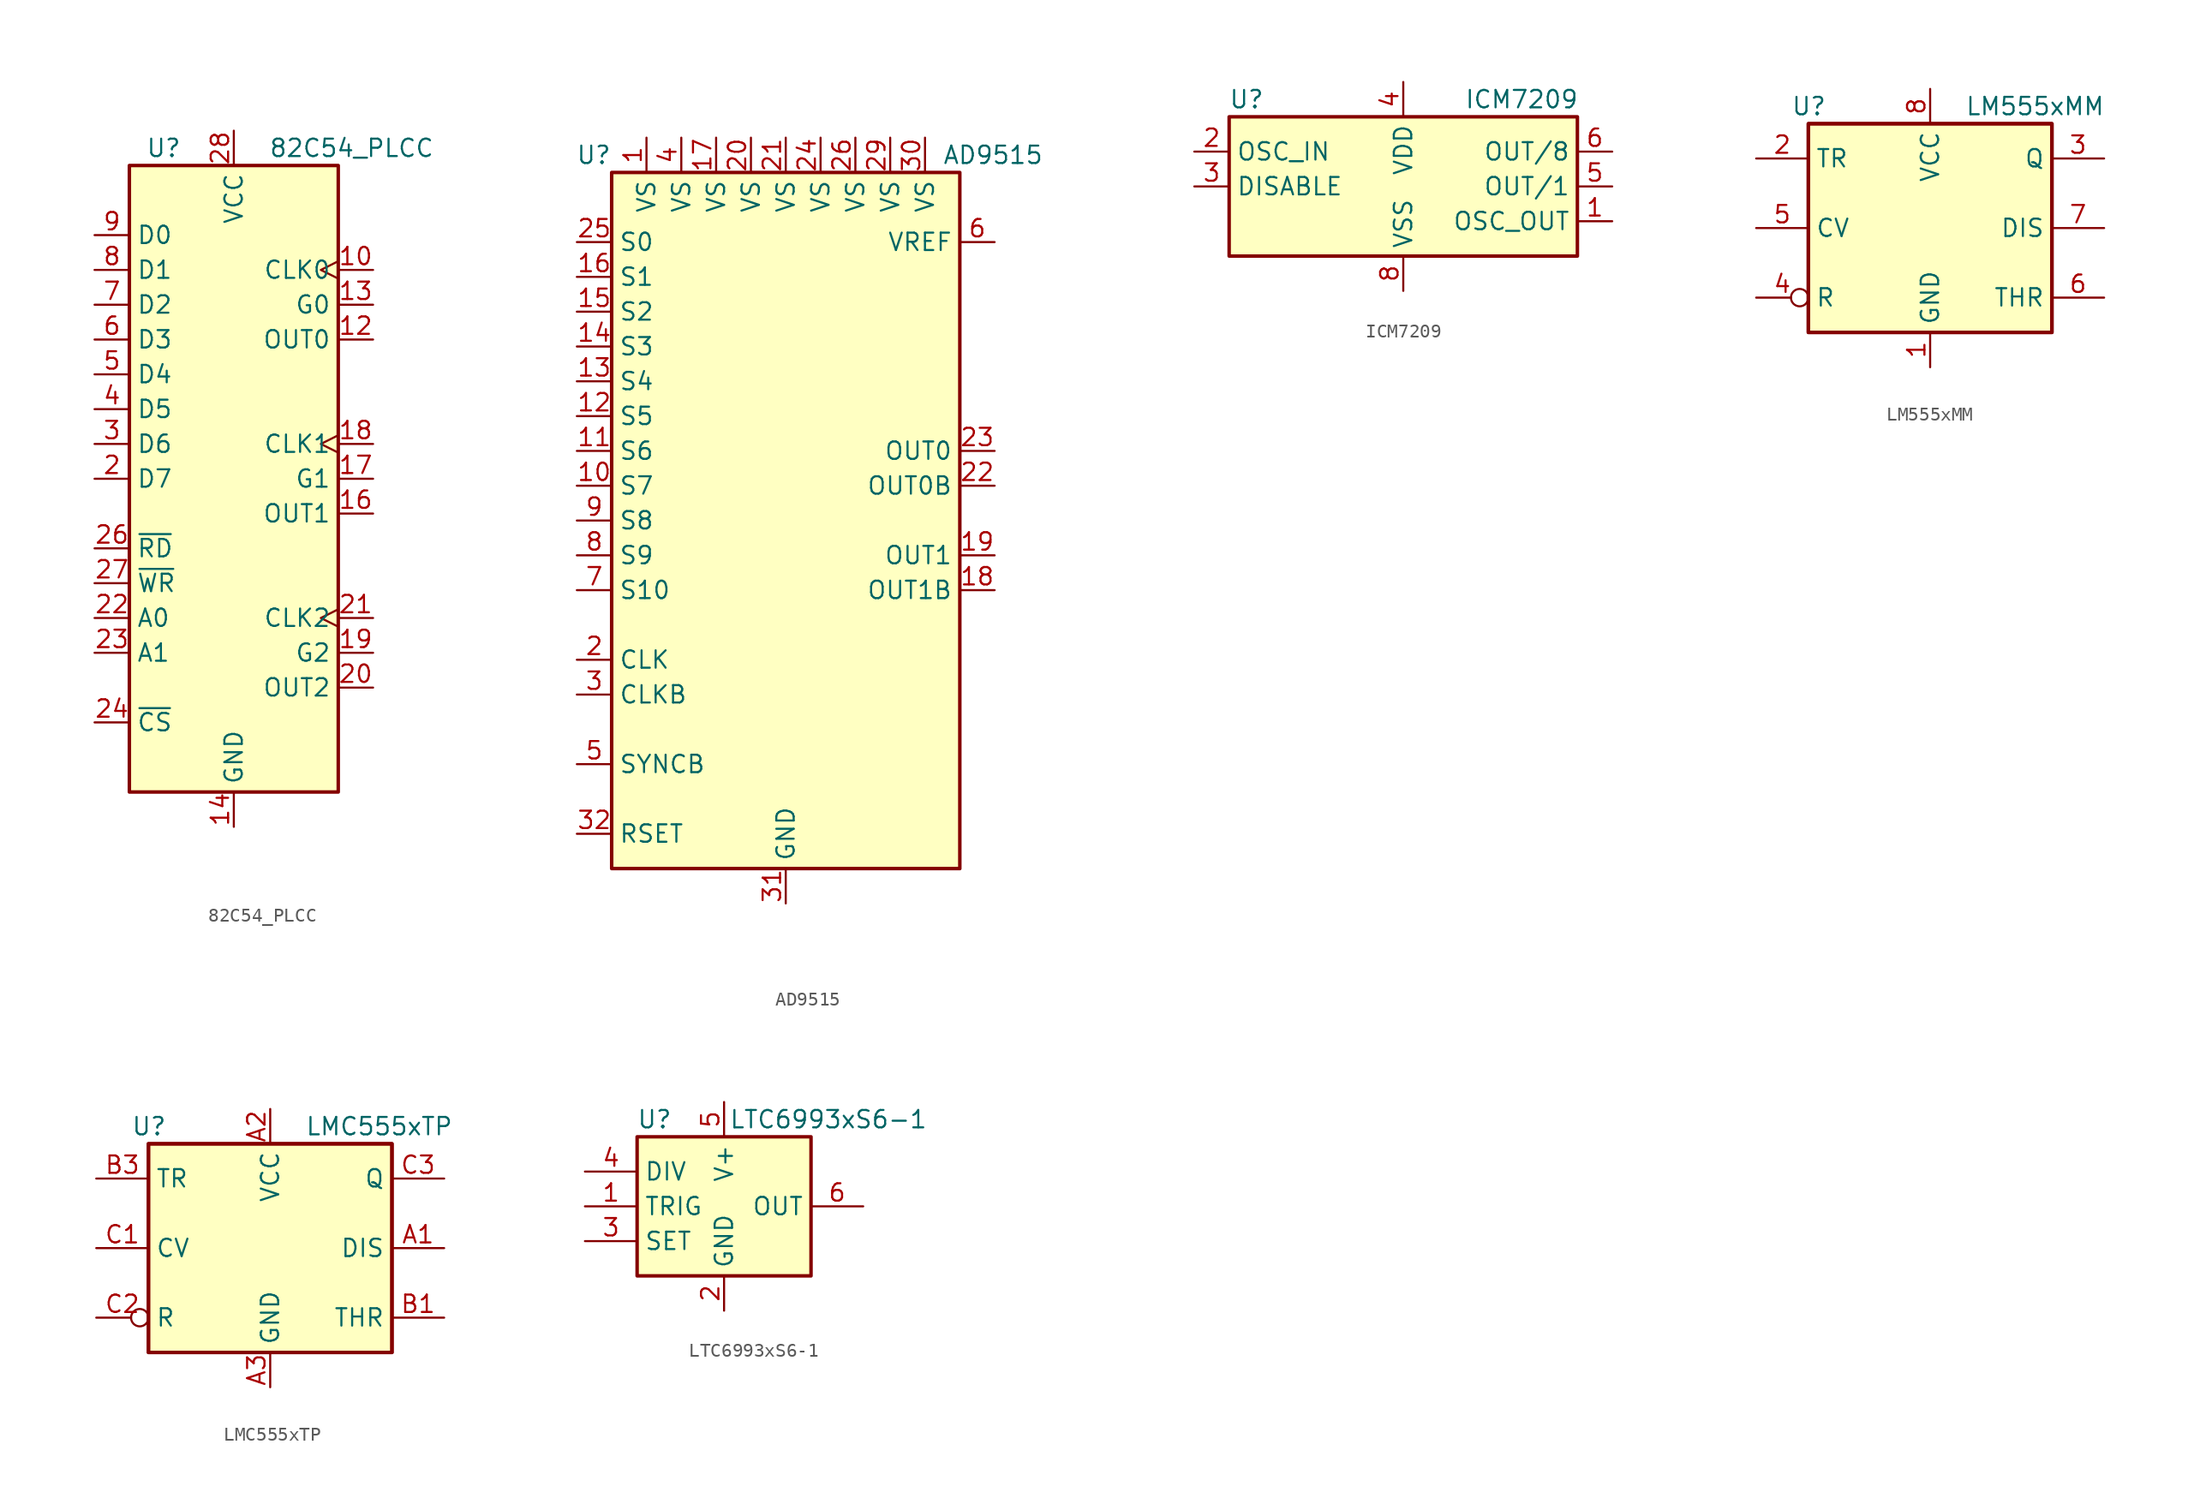
<source format=kicad_sym>
(kicad_symbol_lib
  (version 20220914)
  (generator kicad_symbol_editor)
  (symbol "82C54_PLCC"
    (property "Reference" "U"
      (at -3.81 24.13 0)
      (effects (font (size 1.27 1.27)) (justify right)))
    (property "Value" "82C54_PLCC"
      (at 2.54 24.13 0)
      (effects (font (size 1.27 1.27)) (justify left)))
    (symbol "82C54_PLCC_0_1"
      (rectangle (start -7.62 -22.86) (end 7.62 22.86) (stroke (width 0.254) (type default)) (fill (type background))))
    (symbol "82C54_PLCC_1_1"
      (pin no_connect line (at -5.08 -22.86 90) (length 2.54) hide (name "NC" (effects (font (size 1.27 1.27)))) (number "1" (effects (font (size 1.27 1.27)))))
      (pin input clock (at 10.16 15.24 180) (length 2.54) (name "CLK0" (effects (font (size 1.27 1.27)))) (number "10" (effects (font (size 1.27 1.27)))))
      (pin no_connect line (at -2.54 -22.86 90) (length 2.54) hide (name "NC" (effects (font (size 1.27 1.27)))) (number "11" (effects (font (size 1.27 1.27)))))
      (pin output line (at 10.16 10.16 180) (length 2.54) (name "OUT0" (effects (font (size 1.27 1.27)))) (number "12" (effects (font (size 1.27 1.27)))))
      (pin input line (at 10.16 12.7 180) (length 2.54) (name "G0" (effects (font (size 1.27 1.27)))) (number "13" (effects (font (size 1.27 1.27)))))
      (pin power_in line (at 0 -25.4 90) (length 2.54) (name "GND" (effects (font (size 1.27 1.27)))) (number "14" (effects (font (size 1.27 1.27)))))
      (pin no_connect line (at 2.54 -22.86 90) (length 2.54) hide (name "NC" (effects (font (size 1.27 1.27)))) (number "15" (effects (font (size 1.27 1.27)))))
      (pin output line (at 10.16 -2.54 180) (length 2.54) (name "OUT1" (effects (font (size 1.27 1.27)))) (number "16" (effects (font (size 1.27 1.27)))))
      (pin input line (at 10.16 0 180) (length 2.54) (name "G1" (effects (font (size 1.27 1.27)))) (number "17" (effects (font (size 1.27 1.27)))))
      (pin input clock (at 10.16 2.54 180) (length 2.54) (name "CLK1" (effects (font (size 1.27 1.27)))) (number "18" (effects (font (size 1.27 1.27)))))
      (pin input line (at 10.16 -12.7 180) (length 2.54) (name "G2" (effects (font (size 1.27 1.27)))) (number "19" (effects (font (size 1.27 1.27)))))
      (pin bidirectional line (at -10.16 0 0) (length 2.54) (name "D7" (effects (font (size 1.27 1.27)))) (number "2" (effects (font (size 1.27 1.27)))))
      (pin output line (at 10.16 -15.24 180) (length 2.54) (name "OUT2" (effects (font (size 1.27 1.27)))) (number "20" (effects (font (size 1.27 1.27)))))
      (pin input clock (at 10.16 -10.16 180) (length 2.54) (name "CLK2" (effects (font (size 1.27 1.27)))) (number "21" (effects (font (size 1.27 1.27)))))
      (pin input line (at -10.16 -10.16 0) (length 2.54) (name "A0" (effects (font (size 1.27 1.27)))) (number "22" (effects (font (size 1.27 1.27)))))
      (pin input line (at -10.16 -12.7 0) (length 2.54) (name "A1" (effects (font (size 1.27 1.27)))) (number "23" (effects (font (size 1.27 1.27)))))
      (pin input line (at -10.16 -17.78 0) (length 2.54) (name "~{CS}" (effects (font (size 1.27 1.27)))) (number "24" (effects (font (size 1.27 1.27)))))
      (pin no_connect line (at 5.08 -22.86 90) (length 2.54) hide (name "NC" (effects (font (size 1.27 1.27)))) (number "25" (effects (font (size 1.27 1.27)))))
      (pin input line (at -10.16 -5.08 0) (length 2.54) (name "~{RD}" (effects (font (size 1.27 1.27)))) (number "26" (effects (font (size 1.27 1.27)))))
      (pin input line (at -10.16 -7.62 0) (length 2.54) (name "~{WR}" (effects (font (size 1.27 1.27)))) (number "27" (effects (font (size 1.27 1.27)))))
      (pin power_in line (at 0 25.4 270) (length 2.54) (name "VCC" (effects (font (size 1.27 1.27)))) (number "28" (effects (font (size 1.27 1.27)))))
      (pin bidirectional line (at -10.16 2.54 0) (length 2.54) (name "D6" (effects (font (size 1.27 1.27)))) (number "3" (effects (font (size 1.27 1.27)))))
      (pin bidirectional line (at -10.16 5.08 0) (length 2.54) (name "D5" (effects (font (size 1.27 1.27)))) (number "4" (effects (font (size 1.27 1.27)))))
      (pin bidirectional line (at -10.16 7.62 0) (length 2.54) (name "D4" (effects (font (size 1.27 1.27)))) (number "5" (effects (font (size 1.27 1.27)))))
      (pin bidirectional line (at -10.16 10.16 0) (length 2.54) (name "D3" (effects (font (size 1.27 1.27)))) (number "6" (effects (font (size 1.27 1.27)))))
      (pin bidirectional line (at -10.16 12.7 0) (length 2.54) (name "D2" (effects (font (size 1.27 1.27)))) (number "7" (effects (font (size 1.27 1.27)))))
      (pin bidirectional line (at -10.16 15.24 0) (length 2.54) (name "D1" (effects (font (size 1.27 1.27)))) (number "8" (effects (font (size 1.27 1.27)))))
      (pin bidirectional line (at -10.16 17.78 0) (length 2.54) (name "D0" (effects (font (size 1.27 1.27)))) (number "9" (effects (font (size 1.27 1.27)))))))
  (symbol "AD9515"
    (property "Reference" "U"
      (at -12.7 26.67 0)
      (effects (font (size 1.27 1.27)) (justify right)))
    (property "Value" "AD9515"
      (at 11.43 26.67 0)
      (effects (font (size 1.27 1.27)) (justify left)))
    (symbol "AD9515_1_1"
      (rectangle (start -12.7 25.4) (end 12.7 -25.4) (stroke (width 0.254) (type default)) (fill (type background)))
      (pin power_in line (at -10.16 27.94 270) (length 2.54) (name "VS" (effects (font (size 1.27 1.27)))) (number "1" (effects (font (size 1.27 1.27)))))
      (pin input line (at -15.24 2.54 0) (length 2.54) (name "S7" (effects (font (size 1.27 1.27)))) (number "10" (effects (font (size 1.27 1.27)))))
      (pin input line (at -15.24 5.08 0) (length 2.54) (name "S6" (effects (font (size 1.27 1.27)))) (number "11" (effects (font (size 1.27 1.27)))))
      (pin input line (at -15.24 7.62 0) (length 2.54) (name "S5" (effects (font (size 1.27 1.27)))) (number "12" (effects (font (size 1.27 1.27)))))
      (pin input line (at -15.24 10.16 0) (length 2.54) (name "S4" (effects (font (size 1.27 1.27)))) (number "13" (effects (font (size 1.27 1.27)))))
      (pin input line (at -15.24 12.7 0) (length 2.54) (name "S3" (effects (font (size 1.27 1.27)))) (number "14" (effects (font (size 1.27 1.27)))))
      (pin input line (at -15.24 15.24 0) (length 2.54) (name "S2" (effects (font (size 1.27 1.27)))) (number "15" (effects (font (size 1.27 1.27)))))
      (pin input line (at -15.24 17.78 0) (length 2.54) (name "S1" (effects (font (size 1.27 1.27)))) (number "16" (effects (font (size 1.27 1.27)))))
      (pin power_in line (at -5.08 27.94 270) (length 2.54) (name "VS" (effects (font (size 1.27 1.27)))) (number "17" (effects (font (size 1.27 1.27)))))
      (pin output line (at 15.24 -5.08 180) (length 2.54) (name "OUT1B" (effects (font (size 1.27 1.27)))) (number "18" (effects (font (size 1.27 1.27)))))
      (pin output line (at 15.24 -2.54 180) (length 2.54) (name "OUT1" (effects (font (size 1.27 1.27)))) (number "19" (effects (font (size 1.27 1.27)))))
      (pin input line (at -15.24 -10.16 0) (length 2.54) (name "CLK" (effects (font (size 1.27 1.27)))) (number "2" (effects (font (size 1.27 1.27)))))
      (pin power_in line (at -2.54 27.94 270) (length 2.54) (name "VS" (effects (font (size 1.27 1.27)))) (number "20" (effects (font (size 1.27 1.27)))))
      (pin power_in line (at 0 27.94 270) (length 2.54) (name "VS" (effects (font (size 1.27 1.27)))) (number "21" (effects (font (size 1.27 1.27)))))
      (pin output line (at 15.24 2.54 180) (length 2.54) (name "OUT0B" (effects (font (size 1.27 1.27)))) (number "22" (effects (font (size 1.27 1.27)))))
      (pin output line (at 15.24 5.08 180) (length 2.54) (name "OUT0" (effects (font (size 1.27 1.27)))) (number "23" (effects (font (size 1.27 1.27)))))
      (pin power_in line (at 2.54 27.94 270) (length 2.54) (name "VS" (effects (font (size 1.27 1.27)))) (number "24" (effects (font (size 1.27 1.27)))))
      (pin input line (at -15.24 20.32 0) (length 2.54) (name "S0" (effects (font (size 1.27 1.27)))) (number "25" (effects (font (size 1.27 1.27)))))
      (pin power_in line (at 5.08 27.94 270) (length 2.54) (name "VS" (effects (font (size 1.27 1.27)))) (number "26" (effects (font (size 1.27 1.27)))))
      (pin no_connect line (at 12.7 10.16 180) (length 2.54) hide (name "NC" (effects (font (size 1.27 1.27)))) (number "27" (effects (font (size 1.27 1.27)))))
      (pin no_connect line (at 12.7 12.7 180) (length 2.54) hide (name "NC" (effects (font (size 1.27 1.27)))) (number "28" (effects (font (size 1.27 1.27)))))
      (pin power_in line (at 7.62 27.94 270) (length 2.54) (name "VS" (effects (font (size 1.27 1.27)))) (number "29" (effects (font (size 1.27 1.27)))))
      (pin input line (at -15.24 -12.7 0) (length 2.54) (name "CLKB" (effects (font (size 1.27 1.27)))) (number "3" (effects (font (size 1.27 1.27)))))
      (pin power_in line (at 10.16 27.94 270) (length 2.54) (name "VS" (effects (font (size 1.27 1.27)))) (number "30" (effects (font (size 1.27 1.27)))))
      (pin power_in line (at 0 -27.94 90) (length 2.54) (name "GND" (effects (font (size 1.27 1.27)))) (number "31" (effects (font (size 1.27 1.27)))))
      (pin passive line (at -15.24 -22.86 0) (length 2.54) (name "RSET" (effects (font (size 1.27 1.27)))) (number "32" (effects (font (size 1.27 1.27)))))
      (pin passive line (at 0 -27.94 90) (length 2.54) hide (name "GND" (effects (font (size 1.27 1.27)))) (number "33" (effects (font (size 1.27 1.27)))))
      (pin power_in line (at -7.62 27.94 270) (length 2.54) (name "VS" (effects (font (size 1.27 1.27)))) (number "4" (effects (font (size 1.27 1.27)))))
      (pin input line (at -15.24 -17.78 0) (length 2.54) (name "SYNCB" (effects (font (size 1.27 1.27)))) (number "5" (effects (font (size 1.27 1.27)))))
      (pin power_out line (at 15.24 20.32 180) (length 2.54) (name "VREF" (effects (font (size 1.27 1.27)))) (number "6" (effects (font (size 1.27 1.27)))))
      (pin input line (at -15.24 -5.08 0) (length 2.54) (name "S10" (effects (font (size 1.27 1.27)))) (number "7" (effects (font (size 1.27 1.27)))))
      (pin input line (at -15.24 -2.54 0) (length 2.54) (name "S9" (effects (font (size 1.27 1.27)))) (number "8" (effects (font (size 1.27 1.27)))))
      (pin input line (at -15.24 0 0) (length 2.54) (name "S8" (effects (font (size 1.27 1.27)))) (number "9" (effects (font (size 1.27 1.27)))))))
  (symbol "ICM7209"
    (property "Reference" "U"
      (at -11.43 6.35 0)
      (effects (font (size 1.27 1.27))))
    (property "Value" "ICM7209"
      (at 8.636 6.35 0)
      (effects (font (size 1.27 1.27))))
    (symbol "ICM7209_0_1"
      (rectangle (start -12.7 -5.08) (end 12.7 5.08) (stroke (width 0.254) (type default)) (fill (type background))))
    (symbol "ICM7209_1_1"
      (pin output line (at 15.24 -2.54 180) (length 2.54) (name "OSC_OUT" (effects (font (size 1.27 1.27)))) (number "1" (effects (font (size 1.27 1.27)))))
      (pin input line (at -15.24 2.54 0) (length 2.54) (name "OSC_IN" (effects (font (size 1.27 1.27)))) (number "2" (effects (font (size 1.27 1.27)))))
      (pin input line (at -15.24 0 0) (length 2.54) (name "DISABLE" (effects (font (size 1.27 1.27)))) (number "3" (effects (font (size 1.27 1.27)))))
      (pin power_in line (at 0 7.62 270) (length 2.54) (name "VDD" (effects (font (size 1.27 1.27)))) (number "4" (effects (font (size 1.27 1.27)))))
      (pin output line (at 15.24 0 180) (length 2.54) (name "OUT/1" (effects (font (size 1.27 1.27)))) (number "5" (effects (font (size 1.27 1.27)))))
      (pin output line (at 15.24 2.54 180) (length 2.54) (name "OUT/8" (effects (font (size 1.27 1.27)))) (number "6" (effects (font (size 1.27 1.27)))))
      (pin power_in line (at 0 -7.62 90) (length 2.54) (name "VSS" (effects (font (size 1.27 1.27)))) (number "8" (effects (font (size 1.27 1.27)))))))
  (symbol "LM555xMM"
    (property "Reference" "U"
      (at -10.16 8.89 0)
      (effects (font (size 1.27 1.27)) (justify left)))
    (property "Value" "LM555xMM"
      (at 2.54 8.89 0)
      (effects (font (size 1.27 1.27)) (justify left)))
    (symbol "LM555xMM_0_0"
      (pin power_in line (at 0 -10.16 90) (length 2.54) (name "GND" (effects (font (size 1.27 1.27)))) (number "1" (effects (font (size 1.27 1.27)))))
      (pin power_in line (at 0 10.16 270) (length 2.54) (name "VCC" (effects (font (size 1.27 1.27)))) (number "8" (effects (font (size 1.27 1.27))))))
    (symbol "LM555xMM_0_1"
      (rectangle (start -8.89 -7.62) (end 8.89 7.62) (stroke (width 0.254) (type default)) (fill (type background)))
      (rectangle (start -8.89 -7.62) (end 8.89 7.62) (stroke (width 0.254) (type default)) (fill (type background))))
    (symbol "LM555xMM_1_1"
      (pin input line (at -12.7 5.08 0) (length 3.81) (name "TR" (effects (font (size 1.27 1.27)))) (number "2" (effects (font (size 1.27 1.27)))))
      (pin output line (at 12.7 5.08 180) (length 3.81) (name "Q" (effects (font (size 1.27 1.27)))) (number "3" (effects (font (size 1.27 1.27)))))
      (pin input inverted (at -12.7 -5.08 0) (length 3.81) (name "R" (effects (font (size 1.27 1.27)))) (number "4" (effects (font (size 1.27 1.27)))))
      (pin input line (at -12.7 0 0) (length 3.81) (name "CV" (effects (font (size 1.27 1.27)))) (number "5" (effects (font (size 1.27 1.27)))))
      (pin input line (at 12.7 -5.08 180) (length 3.81) (name "THR" (effects (font (size 1.27 1.27)))) (number "6" (effects (font (size 1.27 1.27)))))
      (pin input line (at 12.7 0 180) (length 3.81) (name "DIS" (effects (font (size 1.27 1.27)))) (number "7" (effects (font (size 1.27 1.27)))))))
  (symbol "LMC555xTP"
    (property "Reference" "U"
      (at -10.16 8.89 0)
      (effects (font (size 1.27 1.27)) (justify left)))
    (property "Value" "LMC555xTP"
      (at 2.54 8.89 0)
      (effects (font (size 1.27 1.27)) (justify left)))
    (symbol "LMC555xTP_0_0"
      (pin power_in line (at 0 10.16 270) (length 2.54) (name "VCC" (effects (font (size 1.27 1.27)))) (number "A2" (effects (font (size 1.27 1.27)))))
      (pin power_in line (at 0 -10.16 90) (length 2.54) (name "GND" (effects (font (size 1.27 1.27)))) (number "A3" (effects (font (size 1.27 1.27))))))
    (symbol "LMC555xTP_0_1"
      (rectangle (start -8.89 -7.62) (end 8.89 7.62) (stroke (width 0.254) (type default)) (fill (type background)))
      (rectangle (start -8.89 -7.62) (end 8.89 7.62) (stroke (width 0.254) (type default)) (fill (type background))))
    (symbol "LMC555xTP_1_1"
      (pin input line (at 12.7 0 180) (length 3.81) (name "DIS" (effects (font (size 1.27 1.27)))) (number "A1" (effects (font (size 1.27 1.27)))))
      (pin input line (at 12.7 -5.08 180) (length 3.81) (name "THR" (effects (font (size 1.27 1.27)))) (number "B1" (effects (font (size 1.27 1.27)))))
      (pin input line (at -12.7 5.08 0) (length 3.81) (name "TR" (effects (font (size 1.27 1.27)))) (number "B3" (effects (font (size 1.27 1.27)))))
      (pin input line (at -12.7 0 0) (length 3.81) (name "CV" (effects (font (size 1.27 1.27)))) (number "C1" (effects (font (size 1.27 1.27)))))
      (pin input inverted (at -12.7 -5.08 0) (length 3.81) (name "R" (effects (font (size 1.27 1.27)))) (number "C2" (effects (font (size 1.27 1.27)))))
      (pin output line (at 12.7 5.08 180) (length 3.81) (name "Q" (effects (font (size 1.27 1.27)))) (number "C3" (effects (font (size 1.27 1.27)))))))
  (symbol "LTC6993xS6-1"
    (property "Reference" "U"
      (at -5.08 6.35 0)
      (effects (font (size 1.27 1.27))))
    (property "Value" "LTC6993xS6-1"
      (at 7.62 6.35 0)
      (effects (font (size 1.27 1.27))))
    (symbol "LTC6993xS6-1_0_1"
      (rectangle (start -6.35 5.08) (end 6.35 -5.08) (stroke (width 0.254) (type default)) (fill (type background))))
    (symbol "LTC6993xS6-1_1_1"
      (pin input line (at -10.16 0 0) (length 3.81) (name "TRIG" (effects (font (size 1.27 1.27)))) (number "1" (effects (font (size 1.27 1.27)))))
      (pin power_in line (at 0 -7.62 90) (length 2.54) (name "GND" (effects (font (size 1.27 1.27)))) (number "2" (effects (font (size 1.27 1.27)))))
      (pin passive line (at -10.16 -2.54 0) (length 3.81) (name "SET" (effects (font (size 1.27 1.27)))) (number "3" (effects (font (size 1.27 1.27)))))
      (pin input line (at -10.16 2.54 0) (length 3.81) (name "DIV" (effects (font (size 1.27 1.27)))) (number "4" (effects (font (size 1.27 1.27)))))
      (pin power_in line (at 0 7.62 270) (length 2.54) (name "V+" (effects (font (size 1.27 1.27)))) (number "5" (effects (font (size 1.27 1.27)))))
      (pin output line (at 10.16 0 180) (length 3.81) (name "OUT" (effects (font (size 1.27 1.27)))) (number "6" (effects (font (size 1.27 1.27))))))))
</source>
